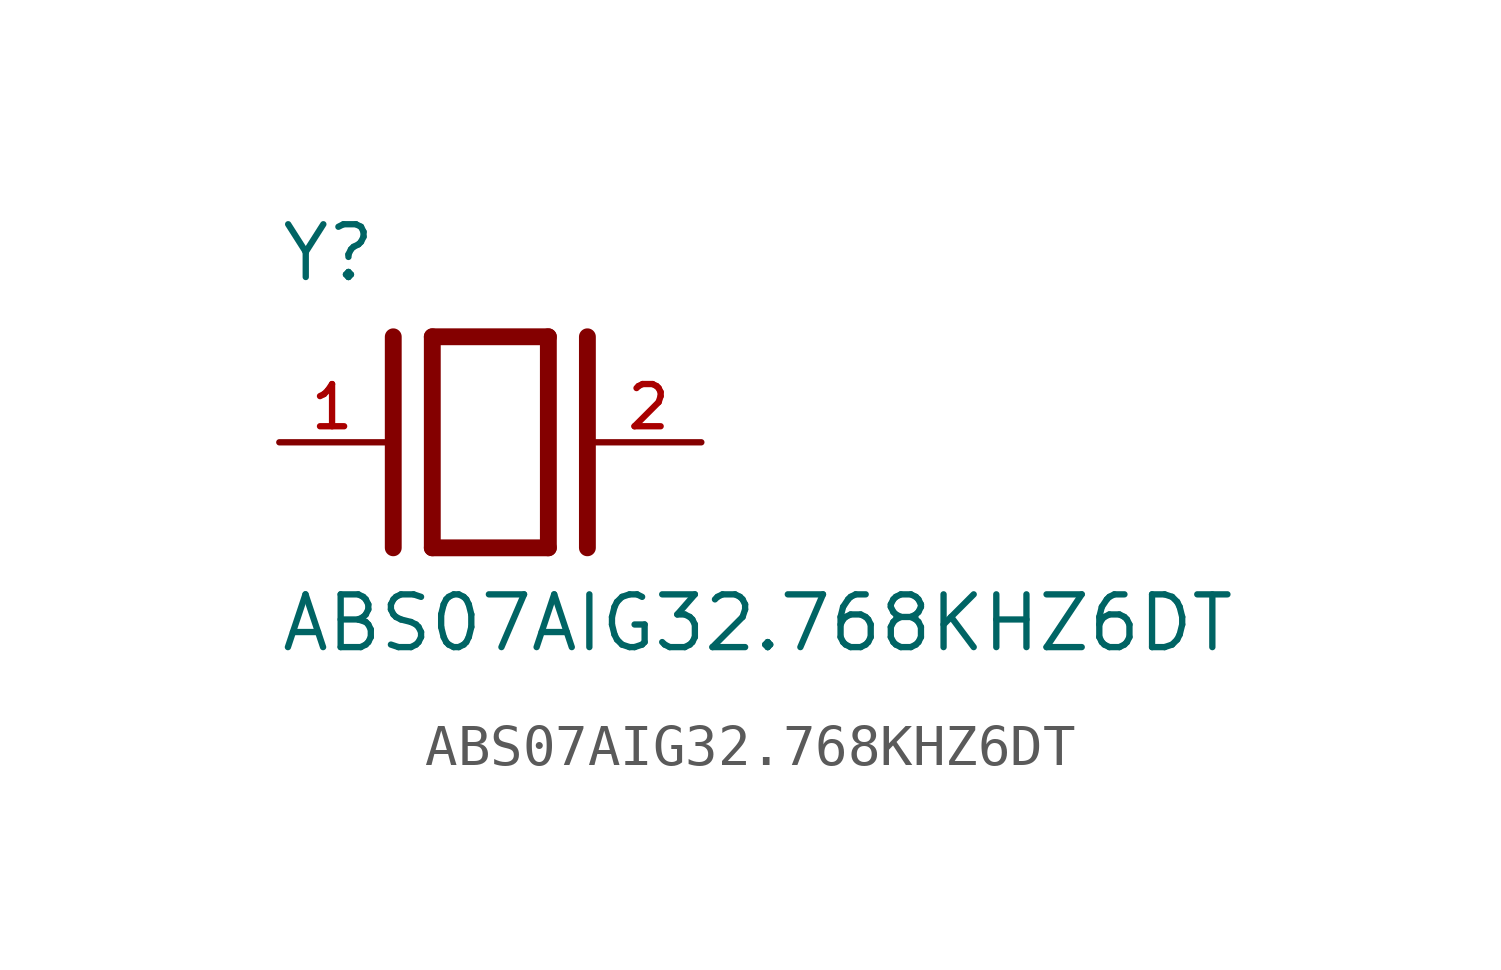
<source format=kicad_sym>
(kicad_symbol_lib
  (version 20241209)
  (generator "kicad_symbol_editor")
  (generator_version "9.0")
  (symbol "ABS07AIG32.768KHZ6DT"
    (pin_names
      (offset 1.016))
    (property "Reference" "Y"
      (at -5.088 3.816 0)
      (effects (font (size 1.27 1.27)) (justify left bottom)))
    (property "Value" "ABS07AIG32.768KHZ6DT"
      (at -5.094 -5.094 0)
      (effects (font (size 1.27 1.27)) (justify left bottom)))
    (symbol "ABS07AIG32.768KHZ6DT_0_0"
      (polyline (pts (xy -2.337 2.54) (xy -2.337 -2.54)) (stroke (width 0.406) (type default)) (fill (type none)))
      (polyline (pts (xy -1.397 2.54) (xy -1.397 -2.54)) (stroke (width 0.406) (type default)) (fill (type none)))
      (polyline (pts (xy -1.397 2.54) (xy 1.397 2.54)) (stroke (width 0.406) (type default)) (fill (type none)))
      (polyline (pts (xy 1.397 2.54) (xy 1.397 -2.54)) (stroke (width 0.406) (type default)) (fill (type none)))
      (polyline (pts (xy 1.397 -2.54) (xy -1.397 -2.54)) (stroke (width 0.406) (type default)) (fill (type none)))
      (polyline (pts (xy 2.337 2.54) (xy 2.337 -2.54)) (stroke (width 0.406) (type default)) (fill (type none)))
      (pin passive line (at -5.08 0 0) (length 2.54) (name "~" (effects (font (size 1.016 1.016)))) (number "1" (effects (font (size 1.016 1.016)))))
      (pin passive line (at 5.08 0 180) (length 2.54) (name "~" (effects (font (size 1.016 1.016)))) (number "2" (effects (font (size 1.016 1.016))))))))
</source>
